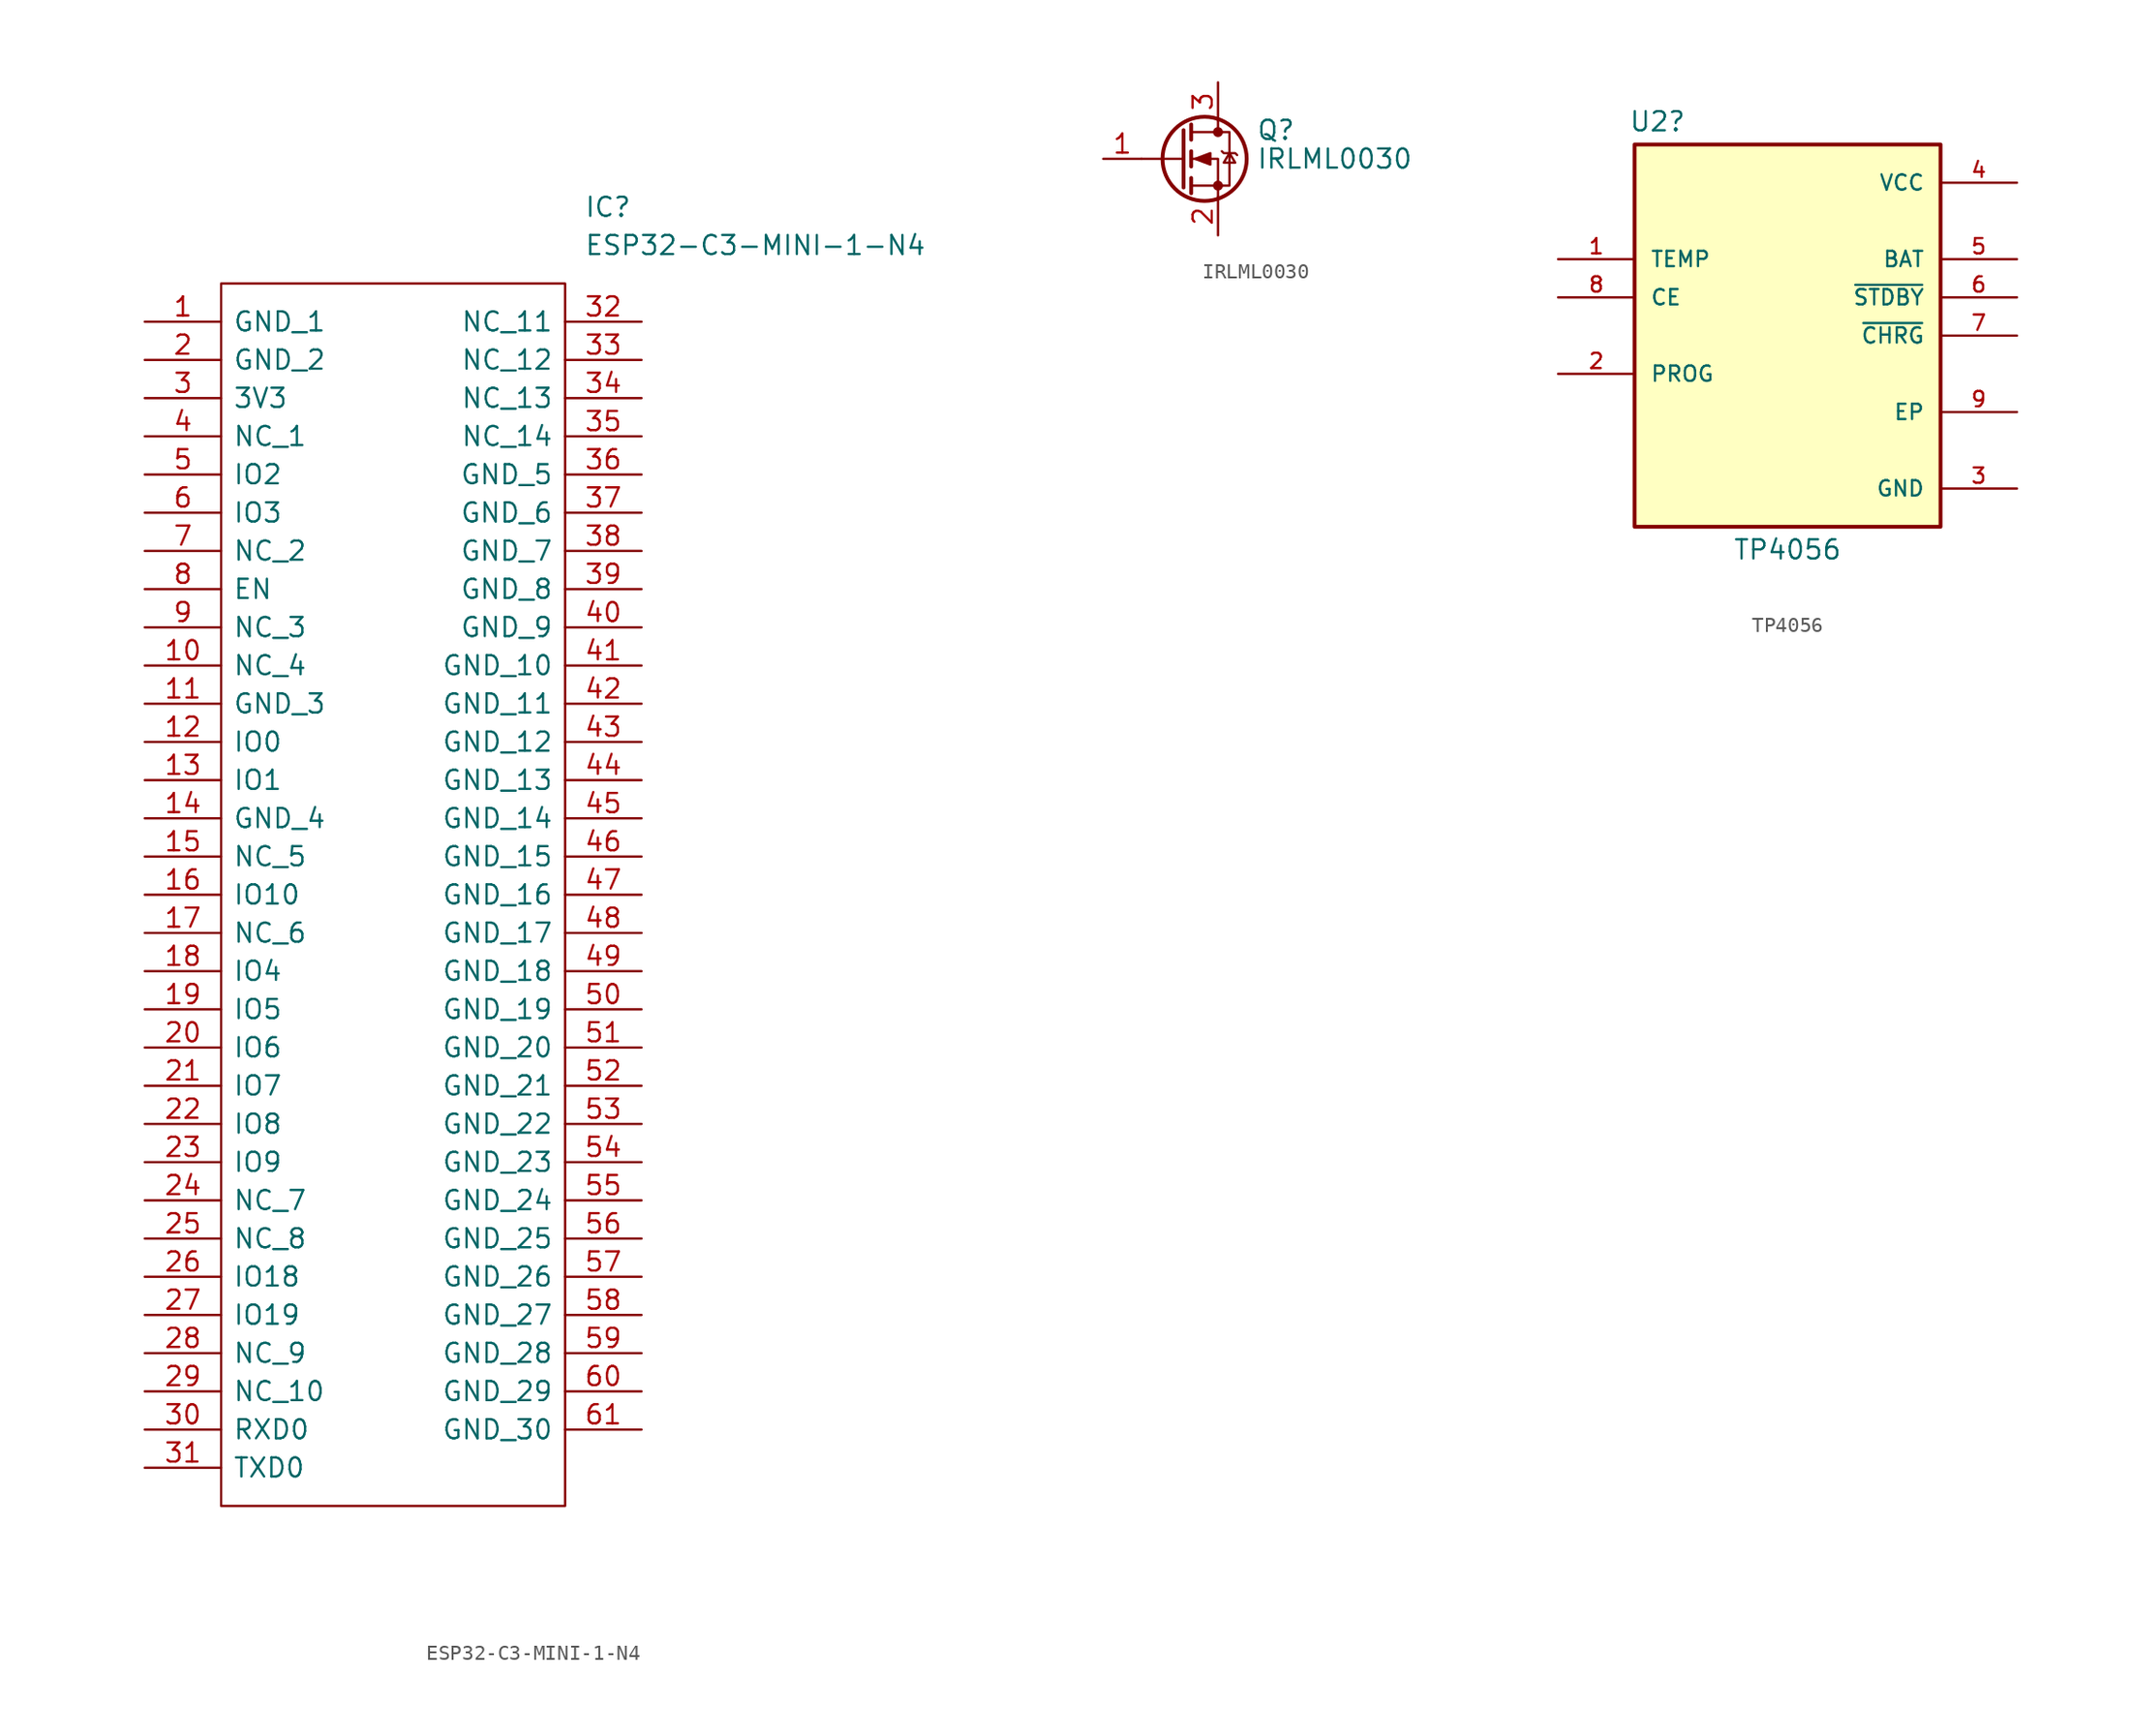
<source format=kicad_sym>
(kicad_symbol_lib
  (version 20241209)
  (generator "kicad_symbol_editor")
  (generator_version "9.0")
  (symbol "ESP32-C3-MINI-1-N4"
    (pin_names
      (offset 0.762))
    (property "Reference" "IC"
      (at 29.21 7.62 0)
      (effects (font (size 1.27 1.27)) (justify left)))
    (property "Value" "ESP32-C3-MINI-1-N4"
      (at 29.21 5.08 0)
      (effects (font (size 1.27 1.27)) (justify left)))
    (symbol "ESP32-C3-MINI-1-N4_0_0"
      (pin passive line (at 0 0 0) (length 5.08) (name "GND_1" (effects (font (size 1.27 1.27)))) (number "1" (effects (font (size 1.27 1.27)))))
      (pin passive line (at 0 -2.54 0) (length 5.08) (name "GND_2" (effects (font (size 1.27 1.27)))) (number "2" (effects (font (size 1.27 1.27)))))
      (pin passive line (at 0 -5.08 0) (length 5.08) (name "3V3" (effects (font (size 1.27 1.27)))) (number "3" (effects (font (size 1.27 1.27)))))
      (pin passive line (at 0 -7.62 0) (length 5.08) (name "NC_1" (effects (font (size 1.27 1.27)))) (number "4" (effects (font (size 1.27 1.27)))))
      (pin passive line (at 0 -10.16 0) (length 5.08) (name "IO2" (effects (font (size 1.27 1.27)))) (number "5" (effects (font (size 1.27 1.27)))))
      (pin passive line (at 0 -12.7 0) (length 5.08) (name "IO3" (effects (font (size 1.27 1.27)))) (number "6" (effects (font (size 1.27 1.27)))))
      (pin passive line (at 0 -15.24 0) (length 5.08) (name "NC_2" (effects (font (size 1.27 1.27)))) (number "7" (effects (font (size 1.27 1.27)))))
      (pin passive line (at 0 -17.78 0) (length 5.08) (name "EN" (effects (font (size 1.27 1.27)))) (number "8" (effects (font (size 1.27 1.27)))))
      (pin passive line (at 0 -20.32 0) (length 5.08) (name "NC_3" (effects (font (size 1.27 1.27)))) (number "9" (effects (font (size 1.27 1.27)))))
      (pin passive line (at 0 -22.86 0) (length 5.08) (name "NC_4" (effects (font (size 1.27 1.27)))) (number "10" (effects (font (size 1.27 1.27)))))
      (pin passive line (at 0 -25.4 0) (length 5.08) (name "GND_3" (effects (font (size 1.27 1.27)))) (number "11" (effects (font (size 1.27 1.27)))))
      (pin passive line (at 0 -27.94 0) (length 5.08) (name "IO0" (effects (font (size 1.27 1.27)))) (number "12" (effects (font (size 1.27 1.27)))))
      (pin passive line (at 0 -30.48 0) (length 5.08) (name "IO1" (effects (font (size 1.27 1.27)))) (number "13" (effects (font (size 1.27 1.27)))))
      (pin passive line (at 0 -33.02 0) (length 5.08) (name "GND_4" (effects (font (size 1.27 1.27)))) (number "14" (effects (font (size 1.27 1.27)))))
      (pin passive line (at 0 -35.56 0) (length 5.08) (name "NC_5" (effects (font (size 1.27 1.27)))) (number "15" (effects (font (size 1.27 1.27)))))
      (pin passive line (at 0 -38.1 0) (length 5.08) (name "IO10" (effects (font (size 1.27 1.27)))) (number "16" (effects (font (size 1.27 1.27)))))
      (pin passive line (at 0 -40.64 0) (length 5.08) (name "NC_6" (effects (font (size 1.27 1.27)))) (number "17" (effects (font (size 1.27 1.27)))))
      (pin passive line (at 0 -43.18 0) (length 5.08) (name "IO4" (effects (font (size 1.27 1.27)))) (number "18" (effects (font (size 1.27 1.27)))))
      (pin passive line (at 0 -45.72 0) (length 5.08) (name "IO5" (effects (font (size 1.27 1.27)))) (number "19" (effects (font (size 1.27 1.27)))))
      (pin passive line (at 0 -48.26 0) (length 5.08) (name "IO6" (effects (font (size 1.27 1.27)))) (number "20" (effects (font (size 1.27 1.27)))))
      (pin passive line (at 0 -50.8 0) (length 5.08) (name "IO7" (effects (font (size 1.27 1.27)))) (number "21" (effects (font (size 1.27 1.27)))))
      (pin passive line (at 0 -53.34 0) (length 5.08) (name "IO8" (effects (font (size 1.27 1.27)))) (number "22" (effects (font (size 1.27 1.27)))))
      (pin passive line (at 0 -55.88 0) (length 5.08) (name "IO9" (effects (font (size 1.27 1.27)))) (number "23" (effects (font (size 1.27 1.27)))))
      (pin passive line (at 0 -58.42 0) (length 5.08) (name "NC_7" (effects (font (size 1.27 1.27)))) (number "24" (effects (font (size 1.27 1.27)))))
      (pin passive line (at 0 -60.96 0) (length 5.08) (name "NC_8" (effects (font (size 1.27 1.27)))) (number "25" (effects (font (size 1.27 1.27)))))
      (pin passive line (at 0 -63.5 0) (length 5.08) (name "IO18" (effects (font (size 1.27 1.27)))) (number "26" (effects (font (size 1.27 1.27)))))
      (pin passive line (at 0 -66.04 0) (length 5.08) (name "IO19" (effects (font (size 1.27 1.27)))) (number "27" (effects (font (size 1.27 1.27)))))
      (pin passive line (at 0 -68.58 0) (length 5.08) (name "NC_9" (effects (font (size 1.27 1.27)))) (number "28" (effects (font (size 1.27 1.27)))))
      (pin passive line (at 0 -71.12 0) (length 5.08) (name "NC_10" (effects (font (size 1.27 1.27)))) (number "29" (effects (font (size 1.27 1.27)))))
      (pin passive line (at 0 -73.66 0) (length 5.08) (name "RXD0" (effects (font (size 1.27 1.27)))) (number "30" (effects (font (size 1.27 1.27)))))
      (pin passive line (at 0 -76.2 0) (length 5.08) (name "TXD0" (effects (font (size 1.27 1.27)))) (number "31" (effects (font (size 1.27 1.27)))))
      (pin passive line (at 33.02 0 180) (length 5.08) (name "NC_11" (effects (font (size 1.27 1.27)))) (number "32" (effects (font (size 1.27 1.27)))))
      (pin passive line (at 33.02 -2.54 180) (length 5.08) (name "NC_12" (effects (font (size 1.27 1.27)))) (number "33" (effects (font (size 1.27 1.27)))))
      (pin passive line (at 33.02 -5.08 180) (length 5.08) (name "NC_13" (effects (font (size 1.27 1.27)))) (number "34" (effects (font (size 1.27 1.27)))))
      (pin passive line (at 33.02 -7.62 180) (length 5.08) (name "NC_14" (effects (font (size 1.27 1.27)))) (number "35" (effects (font (size 1.27 1.27)))))
      (pin passive line (at 33.02 -10.16 180) (length 5.08) (name "GND_5" (effects (font (size 1.27 1.27)))) (number "36" (effects (font (size 1.27 1.27)))))
      (pin passive line (at 33.02 -12.7 180) (length 5.08) (name "GND_6" (effects (font (size 1.27 1.27)))) (number "37" (effects (font (size 1.27 1.27)))))
      (pin passive line (at 33.02 -15.24 180) (length 5.08) (name "GND_7" (effects (font (size 1.27 1.27)))) (number "38" (effects (font (size 1.27 1.27)))))
      (pin passive line (at 33.02 -17.78 180) (length 5.08) (name "GND_8" (effects (font (size 1.27 1.27)))) (number "39" (effects (font (size 1.27 1.27)))))
      (pin passive line (at 33.02 -20.32 180) (length 5.08) (name "GND_9" (effects (font (size 1.27 1.27)))) (number "40" (effects (font (size 1.27 1.27)))))
      (pin passive line (at 33.02 -22.86 180) (length 5.08) (name "GND_10" (effects (font (size 1.27 1.27)))) (number "41" (effects (font (size 1.27 1.27)))))
      (pin passive line (at 33.02 -25.4 180) (length 5.08) (name "GND_11" (effects (font (size 1.27 1.27)))) (number "42" (effects (font (size 1.27 1.27)))))
      (pin passive line (at 33.02 -27.94 180) (length 5.08) (name "GND_12" (effects (font (size 1.27 1.27)))) (number "43" (effects (font (size 1.27 1.27)))))
      (pin passive line (at 33.02 -30.48 180) (length 5.08) (name "GND_13" (effects (font (size 1.27 1.27)))) (number "44" (effects (font (size 1.27 1.27)))))
      (pin passive line (at 33.02 -33.02 180) (length 5.08) (name "GND_14" (effects (font (size 1.27 1.27)))) (number "45" (effects (font (size 1.27 1.27)))))
      (pin passive line (at 33.02 -35.56 180) (length 5.08) (name "GND_15" (effects (font (size 1.27 1.27)))) (number "46" (effects (font (size 1.27 1.27)))))
      (pin passive line (at 33.02 -38.1 180) (length 5.08) (name "GND_16" (effects (font (size 1.27 1.27)))) (number "47" (effects (font (size 1.27 1.27)))))
      (pin passive line (at 33.02 -40.64 180) (length 5.08) (name "GND_17" (effects (font (size 1.27 1.27)))) (number "48" (effects (font (size 1.27 1.27)))))
      (pin passive line (at 33.02 -43.18 180) (length 5.08) (name "GND_18" (effects (font (size 1.27 1.27)))) (number "49" (effects (font (size 1.27 1.27)))))
      (pin passive line (at 33.02 -45.72 180) (length 5.08) (name "GND_19" (effects (font (size 1.27 1.27)))) (number "50" (effects (font (size 1.27 1.27)))))
      (pin passive line (at 33.02 -48.26 180) (length 5.08) (name "GND_20" (effects (font (size 1.27 1.27)))) (number "51" (effects (font (size 1.27 1.27)))))
      (pin passive line (at 33.02 -50.8 180) (length 5.08) (name "GND_21" (effects (font (size 1.27 1.27)))) (number "52" (effects (font (size 1.27 1.27)))))
      (pin passive line (at 33.02 -53.34 180) (length 5.08) (name "GND_22" (effects (font (size 1.27 1.27)))) (number "53" (effects (font (size 1.27 1.27)))))
      (pin passive line (at 33.02 -55.88 180) (length 5.08) (name "GND_23" (effects (font (size 1.27 1.27)))) (number "54" (effects (font (size 1.27 1.27)))))
      (pin passive line (at 33.02 -58.42 180) (length 5.08) (name "GND_24" (effects (font (size 1.27 1.27)))) (number "55" (effects (font (size 1.27 1.27)))))
      (pin passive line (at 33.02 -60.96 180) (length 5.08) (name "GND_25" (effects (font (size 1.27 1.27)))) (number "56" (effects (font (size 1.27 1.27)))))
      (pin passive line (at 33.02 -63.5 180) (length 5.08) (name "GND_26" (effects (font (size 1.27 1.27)))) (number "57" (effects (font (size 1.27 1.27)))))
      (pin passive line (at 33.02 -66.04 180) (length 5.08) (name "GND_27" (effects (font (size 1.27 1.27)))) (number "58" (effects (font (size 1.27 1.27)))))
      (pin passive line (at 33.02 -68.58 180) (length 5.08) (name "GND_28" (effects (font (size 1.27 1.27)))) (number "59" (effects (font (size 1.27 1.27)))))
      (pin passive line (at 33.02 -71.12 180) (length 5.08) (name "GND_29" (effects (font (size 1.27 1.27)))) (number "60" (effects (font (size 1.27 1.27)))))
      (pin passive line (at 33.02 -73.66 180) (length 5.08) (name "GND_30" (effects (font (size 1.27 1.27)))) (number "61" (effects (font (size 1.27 1.27))))))
    (symbol "ESP32-C3-MINI-1-N4_0_1"
      (polyline (pts (xy 5.08 2.54) (xy 27.94 2.54) (xy 27.94 -78.74) (xy 5.08 -78.74) (xy 5.08 2.54)) (stroke (width 0.152) (type solid)) (fill (type none)))))
  (symbol "IRLML0030"
    (pin_names
      (hide yes))
    (property "Reference" "Q"
      (at 5.08 1.905 0)
      (effects (font (size 1.27 1.27)) (justify left)))
    (property "Value" "IRLML0030"
      (at 5.08 0 0)
      (effects (font (size 1.27 1.27)) (justify left)))
    (symbol "IRLML0030_0_1"
      (polyline (pts (xy 0.254 1.905) (xy 0.254 -1.905)) (stroke (width 0.254) (type default)) (fill (type none)))
      (polyline (pts (xy 0.254 0) (xy -2.54 0)) (stroke (width 0) (type default)) (fill (type none)))
      (polyline (pts (xy 0.762 2.286) (xy 0.762 1.27)) (stroke (width 0.254) (type default)) (fill (type none)))
      (polyline (pts (xy 0.762 0.508) (xy 0.762 -0.508)) (stroke (width 0.254) (type default)) (fill (type none)))
      (polyline (pts (xy 0.762 -1.27) (xy 0.762 -2.286)) (stroke (width 0.254) (type default)) (fill (type none)))
      (polyline (pts (xy 0.762 -1.778) (xy 3.302 -1.778) (xy 3.302 1.778) (xy 0.762 1.778)) (stroke (width 0) (type default)) (fill (type none)))
      (polyline (pts (xy 1.016 0) (xy 2.032 0.381) (xy 2.032 -0.381) (xy 1.016 0)) (stroke (width 0) (type default)) (fill (type outline)))
      (circle (center 1.651 0) (radius 2.794) (stroke (width 0.254) (type default)) (fill (type none)))
      (polyline (pts (xy 2.54 2.54) (xy 2.54 1.778)) (stroke (width 0) (type default)) (fill (type none)))
      (circle (center 2.54 1.778) (radius 0.254) (stroke (width 0) (type default)) (fill (type outline)))
      (circle (center 2.54 -1.778) (radius 0.254) (stroke (width 0) (type default)) (fill (type outline)))
      (polyline (pts (xy 2.54 -2.54) (xy 2.54 0) (xy 0.762 0)) (stroke (width 0) (type default)) (fill (type none)))
      (polyline (pts (xy 2.794 0.508) (xy 2.921 0.381) (xy 3.683 0.381) (xy 3.81 0.254)) (stroke (width 0) (type default)) (fill (type none)))
      (polyline (pts (xy 3.302 0.381) (xy 2.921 -0.254) (xy 3.683 -0.254) (xy 3.302 0.381)) (stroke (width 0) (type default)) (fill (type none))))
    (symbol "IRLML0030_1_1"
      (pin input line (at -5.08 0 0) (length 2.54) (name "G" (effects (font (size 1.27 1.27)))) (number "1" (effects (font (size 1.27 1.27)))))
      (pin passive line (at 2.54 5.08 270) (length 2.54) (name "D" (effects (font (size 1.27 1.27)))) (number "3" (effects (font (size 1.27 1.27)))))
      (pin passive line (at 2.54 -5.08 90) (length 2.54) (name "S" (effects (font (size 1.27 1.27)))) (number "2" (effects (font (size 1.27 1.27)))))))
  (symbol "TP4056"
    (pin_names
      (offset 1.016))
    (property "Reference" "U2"
      (at -8.636 14.224 0)
      (effects (font (size 1.27 1.27))))
    (property "Value" "TP4056"
      (at 0 -14.224 0)
      (effects (font (size 1.27 1.27))))
    (symbol "TP4056_0_0"
      (rectangle (start -10.16 12.7) (end 10.16 -12.7) (stroke (width 0.254) (type default)) (fill (type background)))
      (pin input line (at -15.24 5.08 0) (length 5.08) (name "TEMP" (effects (font (size 1.016 1.016)))) (number "1" (effects (font (size 1.016 1.016)))))
      (pin input line (at -15.24 2.54 0) (length 5.08) (name "CE" (effects (font (size 1.016 1.016)))) (number "8" (effects (font (size 1.016 1.016)))))
      (pin bidirectional line (at -15.24 -2.54 0) (length 5.08) (name "PROG" (effects (font (size 1.016 1.016)))) (number "2" (effects (font (size 1.016 1.016)))))
      (pin output line (at 15.24 2.54 180) (length 5.08) (name "~{STDBY}" (effects (font (size 1.016 1.016)))) (number "6" (effects (font (size 1.016 1.016)))))
      (pin output line (at 15.24 0 180) (length 5.08) (name "~{CHRG}" (effects (font (size 1.016 1.016)))) (number "7" (effects (font (size 1.016 1.016)))))
      (pin passive line (at 15.24 -5.08 180) (length 5.08) (name "EP" (effects (font (size 1.016 1.016)))) (number "9" (effects (font (size 1.016 1.016)))))
      (pin power_in line (at 15.24 -10.16 180) (length 5.08) (name "GND" (effects (font (size 1.016 1.016)))) (number "3" (effects (font (size 1.016 1.016))))))
    (symbol "TP4056_1_0"
      (pin bidirectional line (at 15.24 10.16 180) (length 5.08) (name "VCC" (effects (font (size 1.016 1.016)))) (number "4" (effects (font (size 1.016 1.016)))))
      (pin bidirectional line (at 15.24 5.08 180) (length 5.08) (name "BAT" (effects (font (size 1.016 1.016)))) (number "5" (effects (font (size 1.016 1.016))))))))
</source>
